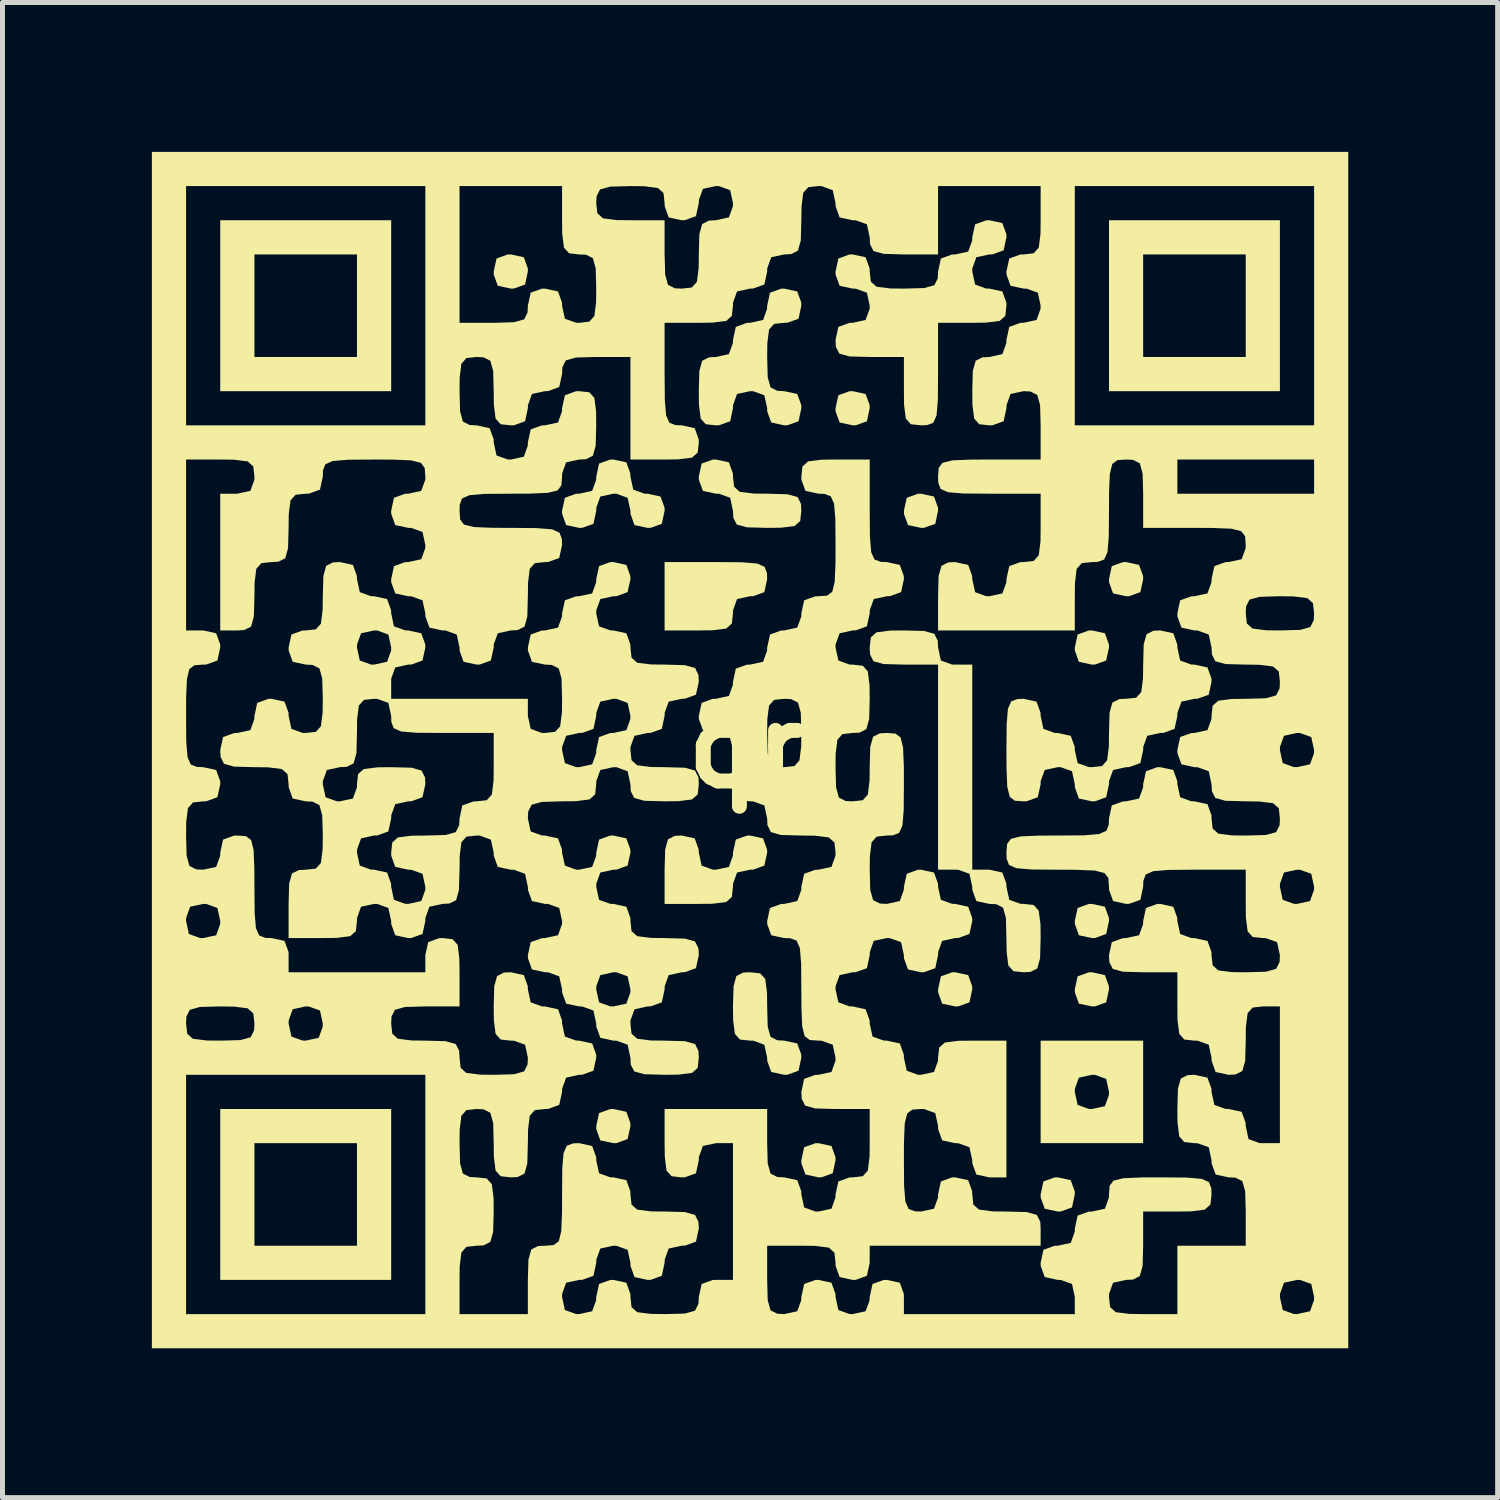
<source format=kicad_pcb>
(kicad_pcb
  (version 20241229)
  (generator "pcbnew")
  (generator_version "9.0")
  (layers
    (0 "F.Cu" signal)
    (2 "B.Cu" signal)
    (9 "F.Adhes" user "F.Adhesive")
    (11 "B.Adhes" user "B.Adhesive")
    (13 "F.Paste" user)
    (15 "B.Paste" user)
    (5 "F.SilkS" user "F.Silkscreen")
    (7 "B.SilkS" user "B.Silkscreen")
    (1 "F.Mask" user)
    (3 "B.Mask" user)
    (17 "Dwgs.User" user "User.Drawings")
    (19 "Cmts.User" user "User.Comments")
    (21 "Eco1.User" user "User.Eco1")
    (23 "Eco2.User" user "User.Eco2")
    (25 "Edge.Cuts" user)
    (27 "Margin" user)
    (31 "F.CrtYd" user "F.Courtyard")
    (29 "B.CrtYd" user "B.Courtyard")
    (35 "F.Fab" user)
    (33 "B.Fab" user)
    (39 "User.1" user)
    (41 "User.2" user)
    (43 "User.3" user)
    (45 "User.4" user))
  (footprint "qr"
    (layer "F.Cu")
    (at 11.945 11.945)
    (property "Reference" "qr" (at 0 0 0) (layer "F.SilkS") (effects (font (size 1.524 1.524) (thickness 0.3))))
    (attr board_only exclude_from_pos_files exclude_from_bom)
    (fp_poly (pts (xy -7.139 -7.139) (xy -10.572 -7.139) (xy -10.572 -7.826) (xy -9.885 -7.826) (xy -7.826 -7.826) (xy -7.826 -9.885) (xy -9.885 -9.885) (xy -9.885 -7.826) (xy -10.572 -7.826) (xy -10.572 -10.572) (xy -7.139 -10.572)) (stroke (width 0) (type solid)) (fill yes) (layer "F.SilkS"))
    (fp_poly (pts (xy -7.139 10.709) (xy -10.572 10.709) (xy -10.572 10.023) (xy -9.885 10.023) (xy -7.826 10.023) (xy -7.826 7.963) (xy -9.885 7.963) (xy -9.885 10.023) (xy -10.572 10.023) (xy -10.572 7.277) (xy -7.139 7.277)) (stroke (width 0) (type solid)) (fill yes) (layer "F.SilkS"))
    (fp_poly (pts (xy 10.709 -7.139) (xy 7.277 -7.139) (xy 7.277 -7.826) (xy 7.963 -7.826) (xy 10.023 -7.826) (xy 10.023 -9.885) (xy 7.963 -9.885) (xy 7.963 -7.826) (xy 7.277 -7.826) (xy 7.277 -10.572) (xy 10.709 -10.572)) (stroke (width 0) (type solid)) (fill yes) (layer "F.SilkS"))
    (fp_poly (pts (xy -4.475 -9.829) (xy -4.395 -9.605) (xy -4.394 -9.542) (xy -4.45 -9.281) (xy -4.674 -9.2) (xy -4.737 -9.199) (xy -4.998 -9.256) (xy -5.079 -9.479) (xy -5.08 -9.542) (xy -5.023 -9.803) (xy -4.8 -9.884) (xy -4.737 -9.885)) (stroke (width 0) (type solid)) (fill yes) (layer "F.SilkS"))
    (fp_poly (pts (xy -2.416 7.333) (xy -2.336 7.557) (xy -2.334 7.62) (xy -2.391 7.881) (xy -2.614 7.962) (xy -2.677 7.963) (xy -2.939 7.907) (xy -3.019 7.683) (xy -3.021 7.62) (xy -2.964 7.359) (xy -2.741 7.278) (xy -2.677 7.277)) (stroke (width 0) (type solid)) (fill yes) (layer "F.SilkS"))
    (fp_poly (pts (xy 1.703 8.02) (xy 1.783 8.243) (xy 1.785 8.306) (xy 1.728 8.568) (xy 1.505 8.648) (xy 1.442 8.65) (xy 1.18 8.593) (xy 1.1 8.37) (xy 1.098 8.306) (xy 1.155 8.045) (xy 1.378 7.965) (xy 1.442 7.963)) (stroke (width 0) (type solid)) (fill yes) (layer "F.SilkS"))
    (fp_poly (pts (xy 2.389 -7.083) (xy 2.47 -6.859) (xy 2.471 -6.796) (xy 2.415 -6.535) (xy 2.191 -6.454) (xy 2.128 -6.453) (xy 1.867 -6.51) (xy 1.786 -6.733) (xy 1.785 -6.796) (xy 1.842 -7.057) (xy 2.065 -7.138) (xy 2.128 -7.139)) (stroke (width 0) (type solid)) (fill yes) (layer "F.SilkS"))
    (fp_poly (pts (xy 3.762 -5.023) (xy 3.843 -4.8) (xy 3.844 -4.737) (xy 3.788 -4.475) (xy 3.564 -4.395) (xy 3.501 -4.394) (xy 3.24 -4.45) (xy 3.159 -4.674) (xy 3.158 -4.737) (xy 3.215 -4.998) (xy 3.438 -5.079) (xy 3.501 -5.08)) (stroke (width 0) (type solid)) (fill yes) (layer "F.SilkS"))
    (fp_poly (pts (xy 4.449 4.588) (xy 4.529 4.811) (xy 4.531 4.874) (xy 4.474 5.135) (xy 4.251 5.216) (xy 4.188 5.217) (xy 3.926 5.161) (xy 3.846 4.937) (xy 3.844 4.874) (xy 3.901 4.613) (xy 4.124 4.532) (xy 4.188 4.531)) (stroke (width 0) (type solid)) (fill yes) (layer "F.SilkS"))
    (fp_poly (pts (xy 6.508 8.706) (xy 6.589 8.93) (xy 6.59 8.993) (xy 6.534 9.254) (xy 6.31 9.335) (xy 6.247 9.336) (xy 5.986 9.28) (xy 5.905 9.056) (xy 5.904 8.993) (xy 5.96 8.732) (xy 6.184 8.651) (xy 6.247 8.65)) (stroke (width 0) (type solid)) (fill yes) (layer "F.SilkS"))
    (fp_poly (pts (xy 7.195 -2.277) (xy 7.275 -2.054) (xy 7.277 -1.991) (xy 7.22 -1.73) (xy 6.997 -1.649) (xy 6.934 -1.648) (xy 6.672 -1.704) (xy 6.592 -1.928) (xy 6.59 -1.991) (xy 6.647 -2.252) (xy 6.87 -2.333) (xy 6.934 -2.334)) (stroke (width 0) (type solid)) (fill yes) (layer "F.SilkS"))
    (fp_poly (pts (xy 7.195 3.215) (xy 7.275 3.438) (xy 7.277 3.501) (xy 7.22 3.762) (xy 6.997 3.843) (xy 6.934 3.844) (xy 6.672 3.788) (xy 6.592 3.564) (xy 6.59 3.501) (xy 6.647 3.24) (xy 6.87 3.159) (xy 6.934 3.158)) (stroke (width 0) (type solid)) (fill yes) (layer "F.SilkS"))
    (fp_poly (pts (xy 7.195 4.588) (xy 7.275 4.811) (xy 7.277 4.874) (xy 7.22 5.135) (xy 6.997 5.216) (xy 6.934 5.217) (xy 6.672 5.161) (xy 6.592 4.937) (xy 6.59 4.874) (xy 6.647 4.613) (xy 6.87 4.532) (xy 6.934 4.531)) (stroke (width 0) (type solid)) (fill yes) (layer "F.SilkS"))
    (fp_poly (pts (xy 7.881 -3.65) (xy 7.962 -3.427) (xy 7.963 -3.364) (xy 7.907 -3.103) (xy 7.683 -3.022) (xy 7.62 -3.021) (xy 7.359 -3.077) (xy 7.278 -3.301) (xy 7.277 -3.364) (xy 7.333 -3.625) (xy 7.557 -3.706) (xy 7.62 -3.707)) (stroke (width 0) (type solid)) (fill yes) (layer "F.SilkS"))
    (fp_poly (pts (xy -0.094 -3.703) (xy 0.213 -3.677) (xy 0.361 -3.611) (xy 0.408 -3.484) (xy 0.412 -3.364) (xy 0.355 -3.103) (xy 0.132 -3.022) (xy 0.069 -3.021) (xy -0.193 -2.964) (xy -0.273 -2.741) (xy -0.275 -2.677) (xy -0.297 -2.474) (xy -0.41 -2.372) (xy -0.686 -2.337) (xy -0.961 -2.334) (xy -1.648 -2.334) (xy -1.648 -3.707) (xy -0.618 -3.707)) (stroke (width 0) (type solid)) (fill yes) (layer "F.SilkS"))
    (fp_poly (pts (xy 7.963 7.963) (xy 5.904 7.963) (xy 5.904 6.934) (xy 6.59 6.934) (xy 6.647 7.195) (xy 6.87 7.275) (xy 6.934 7.277) (xy 7.195 7.22) (xy 7.275 6.997) (xy 7.277 6.934) (xy 7.22 6.672) (xy 6.997 6.592) (xy 6.934 6.59) (xy 6.672 6.647) (xy 6.592 6.87) (xy 6.59 6.934) (xy 5.904 6.934) (xy 5.904 5.904) (xy 7.963 5.904)) (stroke (width 0) (type solid)) (fill yes) (layer "F.SilkS"))
    (fp_poly (pts (xy -0.357 -5.71) (xy -0.276 -5.486) (xy -0.275 -5.423) (xy -0.252 -5.22) (xy -0.139 -5.118) (xy 0.136 -5.083) (xy 0.412 -5.08) (xy 0.819 -5.069) (xy 1.023 -5.012) (xy 1.092 -4.875) (xy 1.098 -4.737) (xy 1.076 -4.533) (xy 0.963 -4.431) (xy 0.687 -4.397) (xy 0.412 -4.394) (xy 0.004 -4.405) (xy -0.199 -4.461) (xy -0.268 -4.599) (xy -0.275 -4.737) (xy -0.331 -4.998) (xy -0.555 -5.079) (xy -0.618 -5.08) (xy -0.879 -5.137) (xy -0.96 -5.36) (xy -0.961 -5.423) (xy -0.904 -5.685) (xy -0.681 -5.765) (xy -0.618 -5.766)) (stroke (width 0) (type solid)) (fill yes) (layer "F.SilkS"))
    (fp_poly (pts (xy 0.272 4.553) (xy 0.374 4.667) (xy 0.409 4.942) (xy 0.412 5.217) (xy 0.423 5.625) (xy 0.48 5.828) (xy 0.617 5.897) (xy 0.755 5.904) (xy 1.016 5.96) (xy 1.097 6.184) (xy 1.098 6.247) (xy 1.042 6.508) (xy 0.818 6.589) (xy 0.755 6.59) (xy 0.494 6.534) (xy 0.413 6.31) (xy 0.412 6.247) (xy 0.355 5.986) (xy 0.132 5.905) (xy 0.069 5.904) (xy -0.135 5.882) (xy -0.237 5.768) (xy -0.271 5.493) (xy -0.275 5.217) (xy -0.263 4.81) (xy -0.207 4.607) (xy -0.069 4.537) (xy 0.069 4.531)) (stroke (width 0) (type solid)) (fill yes) (layer "F.SilkS"))
    (fp_poly (pts (xy 0.33 1.842) (xy 0.41 2.065) (xy 0.412 2.128) (xy 0.355 2.389) (xy 0.132 2.47) (xy 0.069 2.471) (xy -0.193 2.528) (xy -0.273 2.751) (xy -0.275 2.815) (xy -0.297 3.018) (xy -0.41 3.12) (xy -0.686 3.155) (xy -0.961 3.158) (xy -1.648 3.158) (xy -1.648 2.471) (xy -1.636 2.064) (xy -1.58 1.861) (xy -1.442 1.791) (xy -1.304 1.785) (xy -1.043 1.842) (xy -0.963 2.065) (xy -0.961 2.128) (xy -0.904 2.389) (xy -0.681 2.47) (xy -0.618 2.471) (xy -0.357 2.415) (xy -0.276 2.191) (xy -0.275 2.128) (xy -0.218 1.867) (xy 0.005 1.786) (xy 0.069 1.785)) (stroke (width 0) (type solid)) (fill yes) (layer "F.SilkS"))
    (fp_poly (pts (xy -2.416 -5.71) (xy -2.336 -5.486) (xy -2.334 -5.423) (xy -2.277 -5.162) (xy -2.054 -5.081) (xy -1.991 -5.08) (xy -1.73 -5.023) (xy -1.649 -4.8) (xy -1.648 -4.737) (xy -1.704 -4.475) (xy -1.928 -4.395) (xy -1.991 -4.394) (xy -2.252 -4.45) (xy -2.333 -4.674) (xy -2.334 -4.737) (xy -2.391 -4.998) (xy -2.614 -5.079) (xy -2.677 -5.08) (xy -2.939 -5.023) (xy -3.019 -4.8) (xy -3.021 -4.737) (xy -3.077 -4.475) (xy -3.301 -4.395) (xy -3.364 -4.394) (xy -3.625 -4.45) (xy -3.706 -4.674) (xy -3.707 -4.737) (xy -3.65 -4.998) (xy -3.427 -5.079) (xy -3.364 -5.08) (xy -3.103 -5.137) (xy -3.022 -5.36) (xy -3.021 -5.423) (xy -2.964 -5.685) (xy -2.741 -5.765) (xy -2.677 -5.766)) (stroke (width 0) (type solid)) (fill yes) (layer "F.SilkS"))
    (fp_poly (pts (xy 3.565 -2.323) (xy 3.769 -2.266) (xy 3.838 -2.129) (xy 3.844 -1.991) (xy 3.901 -1.73) (xy 4.124 -1.649) (xy 4.188 -1.648) (xy 4.531 -1.648) (xy 4.531 2.471) (xy 4.874 2.471) (xy 5.135 2.528) (xy 5.216 2.751) (xy 5.217 2.815) (xy 5.274 3.076) (xy 5.497 3.156) (xy 5.561 3.158) (xy 5.764 3.18) (xy 5.866 3.294) (xy 5.901 3.569) (xy 5.904 3.844) (xy 5.893 4.252) (xy 5.836 4.455) (xy 5.698 4.524) (xy 5.561 4.531) (xy 5.357 4.509) (xy 5.255 4.395) (xy 5.221 4.12) (xy 5.217 3.844) (xy 5.206 3.437) (xy 5.149 3.234) (xy 5.012 3.164) (xy 4.874 3.158) (xy 4.613 3.101) (xy 4.532 2.878) (xy 4.531 2.815) (xy 4.474 2.553) (xy 4.251 2.473) (xy 4.188 2.471) (xy 3.844 2.471) (xy 3.844 -1.648) (xy 3.158 -1.648) (xy 2.75 -1.659) (xy 2.547 -1.715) (xy 2.478 -1.853) (xy 2.471 -1.991) (xy 2.494 -2.195) (xy 2.607 -2.296) (xy 2.882 -2.331) (xy 3.158 -2.334)) (stroke (width 0) (type solid)) (fill yes) (layer "F.SilkS"))
    (fp_poly (pts (xy 1.016 -9.142) (xy 1.097 -8.919) (xy 1.098 -8.856) (xy 1.042 -8.594) (xy 0.818 -8.514) (xy 0.755 -8.512) (xy 0.551 -8.49) (xy 0.45 -8.377) (xy 0.415 -8.101) (xy 0.412 -7.826) (xy 0.423 -7.419) (xy 0.48 -7.215) (xy 0.617 -7.146) (xy 0.755 -7.139) (xy 1.016 -7.083) (xy 1.097 -6.859) (xy 1.098 -6.796) (xy 1.042 -6.535) (xy 0.818 -6.454) (xy 0.755 -6.453) (xy 0.494 -6.51) (xy 0.413 -6.733) (xy 0.412 -6.796) (xy 0.355 -7.057) (xy 0.132 -7.138) (xy 0.069 -7.139) (xy -0.193 -7.083) (xy -0.273 -6.859) (xy -0.275 -6.796) (xy -0.331 -6.535) (xy -0.555 -6.454) (xy -0.618 -6.453) (xy -0.822 -6.475) (xy -0.923 -6.589) (xy -0.958 -6.864) (xy -0.961 -7.139) (xy -0.95 -7.547) (xy -0.893 -7.75) (xy -0.756 -7.819) (xy -0.618 -7.826) (xy -0.357 -7.883) (xy -0.276 -8.106) (xy -0.275 -8.169) (xy -0.218 -8.43) (xy 0.005 -8.511) (xy 0.069 -8.512) (xy 0.33 -8.569) (xy 0.41 -8.792) (xy 0.412 -8.856) (xy 0.469 -9.117) (xy 0.692 -9.197) (xy 0.755 -9.199)) (stroke (width 0) (type solid)) (fill yes) (layer "F.SilkS"))
    (fp_poly (pts (xy 5.135 -10.515) (xy 5.216 -10.292) (xy 5.217 -10.229) (xy 5.161 -9.967) (xy 4.937 -9.887) (xy 4.874 -9.885) (xy 4.613 -9.829) (xy 4.532 -9.605) (xy 4.531 -9.542) (xy 4.588 -9.281) (xy 4.811 -9.2) (xy 4.874 -9.199) (xy 5.135 -9.142) (xy 5.216 -8.919) (xy 5.217 -8.856) (xy 5.195 -8.652) (xy 5.081 -8.55) (xy 4.806 -8.516) (xy 4.531 -8.512) (xy 3.844 -8.512) (xy 3.844 -7.483) (xy 3.84 -6.959) (xy 3.814 -6.652) (xy 3.748 -6.504) (xy 3.622 -6.457) (xy 3.501 -6.453) (xy 3.297 -6.475) (xy 3.196 -6.589) (xy 3.161 -6.864) (xy 3.158 -7.139) (xy 3.158 -7.826) (xy 2.471 -7.826) (xy 2.064 -7.837) (xy 1.861 -7.894) (xy 1.791 -8.031) (xy 1.785 -8.169) (xy 1.842 -8.43) (xy 2.065 -8.511) (xy 2.128 -8.512) (xy 2.389 -8.569) (xy 2.47 -8.792) (xy 2.471 -8.856) (xy 2.415 -9.117) (xy 2.191 -9.197) (xy 2.128 -9.199) (xy 1.867 -9.256) (xy 1.786 -9.479) (xy 1.785 -9.542) (xy 1.842 -9.803) (xy 2.065 -9.884) (xy 2.128 -9.885) (xy 2.389 -9.829) (xy 2.47 -9.605) (xy 2.471 -9.542) (xy 2.494 -9.338) (xy 2.607 -9.237) (xy 2.882 -9.202) (xy 3.158 -9.199) (xy 3.565 -9.21) (xy 3.769 -9.267) (xy 3.838 -9.404) (xy 3.844 -9.542) (xy 3.901 -9.803) (xy 4.124 -9.884) (xy 4.188 -9.885) (xy 4.449 -9.942) (xy 4.529 -10.165) (xy 4.531 -10.229) (xy 4.588 -10.49) (xy 4.811 -10.57) (xy 4.874 -10.572)) (stroke (width 0) (type solid)) (fill yes) (layer "F.SilkS"))
    (fp_poly (pts (xy 8.568 -2.277) (xy 8.648 -2.054) (xy 8.65 -1.991) (xy 8.706 -1.73) (xy 8.93 -1.649) (xy 8.993 -1.648) (xy 9.254 -1.591) (xy 9.335 -1.368) (xy 9.336 -1.304) (xy 9.28 -1.043) (xy 9.056 -0.963) (xy 8.993 -0.961) (xy 8.732 -0.904) (xy 8.651 -0.681) (xy 8.65 -0.618) (xy 8.593 -0.357) (xy 8.37 -0.276) (xy 8.306 -0.275) (xy 8.045 -0.218) (xy 7.965 0.005) (xy 7.963 0.069) (xy 7.907 0.33) (xy 7.683 0.41) (xy 7.62 0.412) (xy 7.359 0.469) (xy 7.278 0.692) (xy 7.277 0.755) (xy 7.22 1.016) (xy 6.997 1.097) (xy 6.934 1.098) (xy 6.672 1.042) (xy 6.592 0.818) (xy 6.59 0.755) (xy 6.534 0.494) (xy 6.31 0.413) (xy 6.247 0.412) (xy 5.986 0.469) (xy 5.905 0.692) (xy 5.904 0.755) (xy 5.847 1.016) (xy 5.624 1.097) (xy 5.561 1.098) (xy 5.386 1.086) (xy 5.284 1.008) (xy 5.234 0.809) (xy 5.219 0.43) (xy 5.217 0.069) (xy 5.222 -0.455) (xy 5.247 -0.762) (xy 5.314 -0.91) (xy 5.44 -0.957) (xy 5.561 -0.961) (xy 5.822 -0.904) (xy 5.902 -0.681) (xy 5.904 -0.618) (xy 5.96 -0.357) (xy 6.184 -0.276) (xy 6.247 -0.275) (xy 6.508 -0.218) (xy 6.589 0.005) (xy 6.59 0.069) (xy 6.647 0.33) (xy 6.87 0.41) (xy 6.934 0.412) (xy 7.137 0.39) (xy 7.239 0.276) (xy 7.274 0.001) (xy 7.277 -0.275) (xy 7.288 -0.682) (xy 7.345 -0.885) (xy 7.482 -0.955) (xy 7.62 -0.961) (xy 7.824 -0.983) (xy 7.925 -1.097) (xy 7.96 -1.372) (xy 7.963 -1.648) (xy 7.974 -2.055) (xy 8.031 -2.258) (xy 8.169 -2.328) (xy 8.306 -2.334)) (stroke (width 0) (type solid)) (fill yes) (layer "F.SilkS"))
    (fp_poly (pts (xy -2.416 -3.65) (xy -2.336 -3.427) (xy -2.334 -3.364) (xy -2.391 -3.103) (xy -2.614 -3.022) (xy -2.677 -3.021) (xy -2.939 -2.964) (xy -3.019 -2.741) (xy -3.021 -2.677) (xy -2.964 -2.416) (xy -2.741 -2.336) (xy -2.677 -2.334) (xy -2.416 -2.277) (xy -2.336 -2.054) (xy -2.334 -1.991) (xy -2.312 -1.787) (xy -2.198 -1.685) (xy -1.923 -1.651) (xy -1.648 -1.648) (xy -1.24 -1.636) (xy -1.037 -1.58) (xy -0.968 -1.442) (xy -0.961 -1.304) (xy -1.018 -1.043) (xy -1.241 -0.963) (xy -1.304 -0.961) (xy -1.566 -0.904) (xy -1.646 -0.681) (xy -1.648 -0.618) (xy -1.704 -0.357) (xy -1.928 -0.276) (xy -1.991 -0.275) (xy -2.252 -0.218) (xy -2.333 0.005) (xy -2.334 0.069) (xy -2.312 0.272) (xy -2.198 0.374) (xy -1.923 0.409) (xy -1.648 0.412) (xy -1.24 0.423) (xy -1.037 0.48) (xy -0.968 0.617) (xy -0.961 0.755) (xy -0.983 0.959) (xy -1.097 1.06) (xy -1.372 1.095) (xy -1.648 1.098) (xy -2.055 1.087) (xy -2.258 1.03) (xy -2.328 0.893) (xy -2.334 0.755) (xy -2.391 0.494) (xy -2.614 0.413) (xy -2.677 0.412) (xy -2.939 0.469) (xy -3.019 0.692) (xy -3.021 0.755) (xy -3.043 0.959) (xy -3.156 1.06) (xy -3.432 1.095) (xy -3.707 1.098) (xy -4.114 1.11) (xy -4.318 1.166) (xy -4.387 1.304) (xy -4.394 1.442) (xy -4.337 1.703) (xy -4.114 1.783) (xy -4.05 1.785) (xy -3.789 1.842) (xy -3.708 2.065) (xy -3.707 2.128) (xy -3.65 2.389) (xy -3.427 2.47) (xy -3.364 2.471) (xy -3.103 2.415) (xy -3.022 2.191) (xy -3.021 2.128) (xy -2.964 1.867) (xy -2.741 1.786) (xy -2.677 1.785) (xy -2.416 1.842) (xy -2.336 2.065) (xy -2.334 2.128) (xy -2.391 2.389) (xy -2.614 2.47) (xy -2.677 2.471) (xy -2.939 2.528) (xy -3.019 2.751) (xy -3.021 2.815) (xy -2.964 3.076) (xy -2.741 3.156) (xy -2.677 3.158) (xy -2.416 3.215) (xy -2.336 3.438) (xy -2.334 3.501) (xy -2.312 3.705) (xy -2.198 3.806) (xy -1.923 3.841) (xy -1.648 3.844) (xy -1.24 3.855) (xy -1.037 3.912) (xy -0.968 4.05) (xy -0.961 4.188) (xy -1.018 4.449) (xy -1.241 4.529) (xy -1.304 4.531) (xy -1.566 4.588) (xy -1.646 4.811) (xy -1.648 4.874) (xy -1.704 5.135) (xy -1.928 5.216) (xy -1.991 5.217) (xy -2.252 5.274) (xy -2.333 5.497) (xy -2.334 5.561) (xy -2.312 5.764) (xy -2.198 5.866) (xy -1.923 5.901) (xy -1.648 5.904) (xy -1.24 5.915) (xy -1.037 5.972) (xy -0.968 6.109) (xy -0.961 6.247) (xy -0.983 6.451) (xy -1.097 6.552) (xy -1.372 6.587) (xy -1.648 6.59) (xy -2.055 6.579) (xy -2.258 6.522) (xy -2.328 6.385) (xy -2.334 6.247) (xy -2.391 5.986) (xy -2.614 5.905) (xy -2.677 5.904) (xy -2.939 5.847) (xy -3.019 5.624) (xy -3.021 5.561) (xy -3.077 5.299) (xy -3.301 5.219) (xy -3.364 5.217) (xy -3.625 5.161) (xy -3.706 4.937) (xy -3.707 4.874) (xy -3.021 4.874) (xy -2.964 5.135) (xy -2.741 5.216) (xy -2.677 5.217) (xy -2.416 5.161) (xy -2.336 4.937) (xy -2.334 4.874) (xy -2.391 4.613) (xy -2.614 4.532) (xy -2.677 4.531) (xy -2.939 4.588) (xy -3.019 4.811) (xy -3.021 4.874) (xy -3.707 4.874) (xy -3.764 4.613) (xy -3.987 4.532) (xy -4.05 4.531) (xy -4.312 4.474) (xy -4.392 4.251) (xy -4.394 4.188) (xy -4.337 3.926) (xy -4.114 3.846) (xy -4.05 3.844) (xy -3.789 3.788) (xy -3.708 3.564) (xy -3.707 3.501) (xy -3.764 3.24) (xy -3.987 3.159) (xy -4.05 3.158) (xy -4.312 3.101) (xy -4.392 2.878) (xy -4.394 2.815) (xy -4.45 2.553) (xy -4.674 2.473) (xy -4.737 2.471) (xy -4.998 2.415) (xy -5.079 2.191) (xy -5.08 2.128) (xy -5.137 1.867) (xy -5.36 1.786) (xy -5.423 1.785) (xy -5.627 1.807) (xy -5.729 1.921) (xy -5.763 2.196) (xy -5.766 2.471) (xy -5.778 2.879) (xy -5.834 3.082) (xy -5.972 3.151) (xy -6.11 3.158) (xy -6.371 3.215) (xy -6.452 3.438) (xy -6.453 3.501) (xy -6.51 3.762) (xy -6.733 3.843) (xy -6.796 3.844) (xy -7.057 3.788) (xy -7.138 3.564) (xy -7.139 3.501) (xy -7.196 3.24) (xy -7.419 3.159) (xy -7.483 3.158) (xy -7.744 3.215) (xy -7.824 3.438) (xy -7.826 3.501) (xy -7.848 3.705) (xy -7.962 3.806) (xy -8.237 3.841) (xy -8.512 3.844) (xy -9.199 3.844) (xy -9.199 3.158) (xy -9.188 2.75) (xy -9.131 2.547) (xy -8.993 2.478) (xy -8.856 2.471) (xy -8.652 2.449) (xy -8.55 2.336) (xy -8.516 2.06) (xy -8.512 1.785) (xy -8.524 1.377) (xy -8.58 1.174) (xy -8.718 1.105) (xy -8.856 1.098) (xy -9.117 1.042) (xy -9.197 0.818) (xy -9.199 0.755) (xy -8.512 0.755) (xy -8.456 1.016) (xy -8.232 1.097) (xy -8.169 1.098) (xy -7.908 1.042) (xy -7.827 0.818) (xy -7.826 0.755) (xy -7.804 0.551) (xy -7.69 0.45) (xy -7.415 0.415) (xy -7.139 0.412) (xy -6.732 0.423) (xy -6.529 0.48) (xy -6.459 0.617) (xy -6.453 0.755) (xy -6.51 1.016) (xy -6.733 1.097) (xy -6.796 1.098) (xy -7.057 1.155) (xy -7.138 1.378) (xy -7.139 1.442) (xy -7.196 1.703) (xy -7.419 1.783) (xy -7.483 1.785) (xy -7.744 1.842) (xy -7.824 2.065) (xy -7.826 2.128) (xy -7.769 2.389) (xy -7.546 2.47) (xy -7.483 2.471) (xy -7.221 2.528) (xy -7.141 2.751) (xy -7.139 2.815) (xy -7.083 3.076) (xy -6.859 3.156) (xy -6.796 3.158) (xy -6.535 3.101) (xy -6.454 2.878) (xy -6.453 2.815) (xy -6.51 2.553) (xy -6.733 2.473) (xy -6.796 2.471) (xy -7.057 2.415) (xy -7.138 2.191) (xy -7.139 2.128) (xy -7.117 1.924) (xy -7.004 1.823) (xy -6.728 1.788) (xy -6.453 1.785) (xy -6.046 1.774) (xy -5.842 1.717) (xy -5.773 1.579) (xy -5.766 1.442) (xy -5.71 1.18) (xy -5.486 1.1) (xy -5.423 1.098) (xy -5.22 1.076) (xy -5.118 0.963) (xy -5.083 0.687) (xy -5.08 0.412) (xy -5.08 0.069) (xy -3.707 0.069) (xy -3.65 0.33) (xy -3.427 0.41) (xy -3.364 0.412) (xy -3.103 0.355) (xy -3.022 0.132) (xy -3.021 0.069) (xy -2.964 -0.193) (xy -2.741 -0.273) (xy -2.677 -0.275) (xy -2.416 -0.331) (xy -2.336 -0.555) (xy -2.334 -0.618) (xy -2.391 -0.879) (xy -2.614 -0.96) (xy -2.677 -0.961) (xy -2.939 -0.904) (xy -3.019 -0.681) (xy -3.021 -0.618) (xy -3.077 -0.357) (xy -3.301 -0.276) (xy -3.364 -0.275) (xy -3.625 -0.218) (xy -3.706 0.005) (xy -3.707 0.069) (xy -5.08 0.069) (xy -5.08 -0.275) (xy -6.11 -0.275) (xy -6.633 -0.279) (xy -6.941 -0.305) (xy -7.089 -0.371) (xy -7.136 -0.497) (xy -7.139 -0.618) (xy -7.196 -0.879) (xy -7.419 -0.96) (xy -7.483 -0.961) (xy -7.686 -0.939) (xy -7.788 -0.825) (xy -7.823 -0.55) (xy -7.826 -0.275) (xy -7.837 0.133) (xy -7.894 0.336) (xy -8.031 0.405) (xy -8.169 0.412) (xy -8.43 0.469) (xy -8.511 0.692) (xy -8.512 0.755) (xy -9.199 0.755) (xy -9.221 0.551) (xy -9.335 0.45) (xy -9.61 0.415) (xy -9.885 0.412) (xy -10.293 0.401) (xy -10.496 0.344) (xy -10.565 0.206) (xy -10.572 0.069) (xy -10.515 -0.193) (xy -10.292 -0.273) (xy -10.229 -0.275) (xy -9.967 -0.331) (xy -9.887 -0.555) (xy -9.885 -0.618) (xy -9.829 -0.879) (xy -9.605 -0.96) (xy -9.542 -0.961) (xy -9.281 -0.904) (xy -9.2 -0.681) (xy -9.199 -0.618) (xy -9.142 -0.357) (xy -8.919 -0.276) (xy -8.856 -0.275) (xy -8.652 -0.297) (xy -8.55 -0.41) (xy -8.516 -0.686) (xy -8.512 -0.961) (xy -8.524 -1.369) (xy -8.58 -1.572) (xy -8.718 -1.641) (xy -8.856 -1.648) (xy -9.117 -1.704) (xy -9.197 -1.928) (xy -9.199 -1.991) (xy -7.826 -1.991) (xy -7.769 -1.73) (xy -7.546 -1.649) (xy -7.483 -1.648) (xy -7.221 -1.704) (xy -7.141 -1.928) (xy -7.139 -1.991) (xy -7.196 -2.252) (xy -7.419 -2.333) (xy -7.483 -2.334) (xy -7.744 -2.277) (xy -7.824 -2.054) (xy -7.826 -1.991) (xy -9.199 -1.991) (xy -9.142 -2.252) (xy -8.919 -2.333) (xy -8.856 -2.334) (xy -8.652 -2.356) (xy -8.55 -2.47) (xy -8.516 -2.745) (xy -8.512 -3.021) (xy -8.501 -3.428) (xy -8.445 -3.631) (xy -8.307 -3.701) (xy -8.169 -3.707) (xy -7.908 -3.65) (xy -7.827 -3.427) (xy -7.826 -3.364) (xy -7.769 -3.103) (xy -7.546 -3.022) (xy -7.483 -3.021) (xy -7.221 -2.964) (xy -7.141 -2.741) (xy -7.139 -2.677) (xy -7.083 -2.416) (xy -6.859 -2.336) (xy -6.796 -2.334) (xy -6.535 -2.277) (xy -6.454 -2.054) (xy -6.453 -1.991) (xy -6.51 -1.73) (xy -6.733 -1.649) (xy -6.796 -1.648) (xy -7.057 -1.591) (xy -7.138 -1.368) (xy -7.139 -1.304) (xy -7.139 -0.961) (xy -4.394 -0.961) (xy -4.394 -0.618) (xy -4.337 -0.357) (xy -4.114 -0.276) (xy -4.05 -0.275) (xy -3.847 -0.297) (xy -3.745 -0.41) (xy -3.71 -0.686) (xy -3.707 -0.961) (xy -3.718 -1.369) (xy -3.775 -1.572) (xy -3.913 -1.641) (xy -4.05 -1.648) (xy -4.312 -1.704) (xy -4.392 -1.928) (xy -4.394 -1.991) (xy -4.337 -2.252) (xy -4.114 -2.333) (xy -4.05 -2.334) (xy -3.789 -2.391) (xy -3.708 -2.614) (xy -3.707 -2.677) (xy -3.65 -2.939) (xy -3.427 -3.019) (xy -3.364 -3.021) (xy -3.103 -3.077) (xy -3.022 -3.301) (xy -3.021 -3.364) (xy -2.964 -3.625) (xy -2.741 -3.706) (xy -2.677 -3.707)) (stroke (width 0) (type solid)) (fill yes) (layer "F.SilkS"))
    (fp_poly (pts (xy 12.082 12.082) (xy -11.945 12.082) (xy -11.945 11.396) (xy -11.258 11.396) (xy -6.453 11.396) (xy -6.453 6.59) (xy -11.258 6.59) (xy -11.258 11.396) (xy -11.945 11.396) (xy -11.945 5.561) (xy -11.258 5.561) (xy -11.236 5.764) (xy -11.123 5.866) (xy -10.847 5.901) (xy -10.572 5.904) (xy -10.164 5.893) (xy -9.961 5.836) (xy -9.892 5.698) (xy -9.885 5.561) (xy -9.199 5.561) (xy -9.142 5.822) (xy -8.919 5.902) (xy -8.856 5.904) (xy -8.594 5.847) (xy -8.514 5.624) (xy -8.512 5.561) (xy -8.569 5.299) (xy -8.792 5.219) (xy -8.856 5.217) (xy -9.117 5.274) (xy -9.197 5.497) (xy -9.199 5.561) (xy -9.885 5.561) (xy -9.908 5.357) (xy -10.021 5.255) (xy -10.296 5.221) (xy -10.572 5.217) (xy -10.979 5.228) (xy -11.183 5.285) (xy -11.252 5.423) (xy -11.258 5.561) (xy -11.945 5.561) (xy -11.945 3.501) (xy -11.258 3.501) (xy -11.202 3.762) (xy -10.978 3.843) (xy -10.915 3.844) (xy -10.654 3.788) (xy -10.573 3.564) (xy -10.572 3.501) (xy -10.629 3.24) (xy -10.852 3.159) (xy -10.915 3.158) (xy -11.176 3.215) (xy -11.257 3.438) (xy -11.258 3.501) (xy -11.945 3.501) (xy -11.945 1.785) (xy -11.258 1.785) (xy -11.247 2.192) (xy -11.19 2.396) (xy -11.053 2.465) (xy -10.915 2.471) (xy -10.654 2.415) (xy -10.573 2.191) (xy -10.572 2.128) (xy -10.515 1.867) (xy -10.292 1.786) (xy -10.229 1.785) (xy -10.054 1.798) (xy -9.952 1.875) (xy -9.902 2.074) (xy -9.887 2.453) (xy -9.885 2.815) (xy -9.881 3.338) (xy -9.855 3.645) (xy -9.789 3.793) (xy -9.663 3.841) (xy -9.542 3.844) (xy -9.281 3.901) (xy -9.2 4.124) (xy -9.199 4.188) (xy -9.199 4.531) (xy -6.453 4.531) (xy -6.453 4.188) (xy -6.396 3.926) (xy -6.173 3.846) (xy -6.11 3.844) (xy -5.906 3.867) (xy -5.804 3.98) (xy -5.77 4.255) (xy -5.766 4.531) (xy -5.766 5.217) (xy -6.453 5.217) (xy -6.86 5.228) (xy -7.064 5.285) (xy -7.133 5.423) (xy -7.139 5.561) (xy -7.117 5.764) (xy -7.004 5.866) (xy -6.728 5.901) (xy -6.453 5.904) (xy -6.046 5.915) (xy -5.842 5.972) (xy -5.773 6.109) (xy -5.766 6.247) (xy -5.744 6.451) (xy -5.631 6.552) (xy -5.356 6.587) (xy -5.08 6.59) (xy -4.673 6.579) (xy -4.469 6.522) (xy -4.4 6.385) (xy -4.394 6.247) (xy -4.45 5.986) (xy -4.674 5.905) (xy -4.737 5.904) (xy -4.94 5.882) (xy -5.042 5.768) (xy -5.077 5.493) (xy -5.08 5.217) (xy -5.069 4.81) (xy -5.012 4.607) (xy -4.875 4.537) (xy -4.737 4.531) (xy -4.475 4.588) (xy -4.395 4.811) (xy -4.394 4.874) (xy -4.337 5.135) (xy -4.114 5.216) (xy -4.05 5.217) (xy -3.789 5.274) (xy -3.708 5.497) (xy -3.707 5.561) (xy -3.65 5.822) (xy -3.427 5.902) (xy -3.364 5.904) (xy -3.103 5.96) (xy -3.022 6.184) (xy -3.021 6.247) (xy -3.077 6.508) (xy -3.301 6.589) (xy -3.364 6.59) (xy -3.625 6.647) (xy -3.706 6.87) (xy -3.707 6.934) (xy -3.764 7.195) (xy -3.987 7.275) (xy -4.05 7.277) (xy -4.254 7.299) (xy -4.356 7.413) (xy -4.39 7.688) (xy -4.394 7.963) (xy -4.405 8.371) (xy -4.461 8.574) (xy -4.599 8.643) (xy -4.737 8.65) (xy -4.94 8.627) (xy -5.042 8.514) (xy -5.077 8.239) (xy -5.08 7.963) (xy -5.091 7.556) (xy -5.148 7.353) (xy -5.285 7.283) (xy -5.423 7.277) (xy -5.627 7.299) (xy -5.729 7.413) (xy -5.763 7.688) (xy -5.766 7.963) (xy -5.755 8.371) (xy -5.699 8.574) (xy -5.561 8.643) (xy -5.423 8.65) (xy -5.22 8.672) (xy -5.118 8.786) (xy -5.083 9.061) (xy -5.08 9.336) (xy -5.091 9.744) (xy -5.148 9.947) (xy -5.285 10.016) (xy -5.423 10.023) (xy -5.627 10.045) (xy -5.729 10.159) (xy -5.763 10.434) (xy -5.766 10.709) (xy -5.766 11.396) (xy -4.394 11.396) (xy -4.394 10.709) (xy -4.382 10.302) (xy -4.326 10.099) (xy -4.188 10.029) (xy -4.05 10.023) (xy -3.876 10.01) (xy -3.773 9.933) (xy -3.724 9.734) (xy -3.708 9.355) (xy -3.707 8.993) (xy -3.703 8.469) (xy -3.677 8.162) (xy -3.611 8.014) (xy -3.484 7.967) (xy -3.364 7.963) (xy -3.103 8.02) (xy -3.022 8.243) (xy -3.021 8.306) (xy -2.964 8.568) (xy -2.741 8.648) (xy -2.677 8.65) (xy -2.416 8.706) (xy -2.336 8.93) (xy -2.334 8.993) (xy -2.312 9.197) (xy -2.198 9.298) (xy -1.923 9.333) (xy -1.648 9.336) (xy -1.24 9.347) (xy -1.037 9.404) (xy -0.968 9.542) (xy -0.961 9.679) (xy -1.018 9.941) (xy -1.241 10.021) (xy -1.304 10.023) (xy -1.566 10.079) (xy -1.646 10.303) (xy -1.648 10.366) (xy -1.704 10.627) (xy -1.928 10.708) (xy -1.991 10.709) (xy -2.252 10.652) (xy -2.333 10.429) (xy -2.334 10.366) (xy -2.391 10.105) (xy -2.614 10.024) (xy -2.677 10.023) (xy -2.939 10.079) (xy -3.019 10.303) (xy -3.021 10.366) (xy -3.077 10.627) (xy -3.301 10.708) (xy -3.364 10.709) (xy -3.625 10.766) (xy -3.706 10.989) (xy -3.707 11.052) (xy -3.65 11.314) (xy -3.427 11.394) (xy -3.364 11.396) (xy -3.103 11.339) (xy -3.022 11.116) (xy -3.021 11.052) (xy -2.964 10.791) (xy -2.741 10.711) (xy -2.677 10.709) (xy -2.416 10.766) (xy -2.336 10.989) (xy -2.334 11.052) (xy -2.312 11.256) (xy -2.198 11.358) (xy -1.923 11.392) (xy -1.648 11.396) (xy -1.24 11.385) (xy -1.037 11.328) (xy -0.968 11.19) (xy -0.961 11.052) (xy -0.904 10.791) (xy -0.681 10.711) (xy -0.618 10.709) (xy -0.275 10.709) (xy -0.275 7.963) (xy -0.618 7.963) (xy -0.879 8.02) (xy -0.96 8.243) (xy -0.961 8.306) (xy -1.018 8.568) (xy -1.241 8.648) (xy -1.304 8.65) (xy -1.508 8.627) (xy -1.61 8.514) (xy -1.644 8.239) (xy -1.648 7.963) (xy -1.648 7.277) (xy 0.412 7.277) (xy 0.412 7.963) (xy 0.423 8.371) (xy 0.48 8.574) (xy 0.617 8.643) (xy 0.755 8.65) (xy 1.016 8.706) (xy 1.097 8.93) (xy 1.098 8.993) (xy 1.155 9.254) (xy 1.378 9.335) (xy 1.442 9.336) (xy 1.703 9.28) (xy 1.783 9.056) (xy 1.785 8.993) (xy 1.842 8.732) (xy 2.065 8.651) (xy 2.128 8.65) (xy 2.332 8.627) (xy 2.433 8.514) (xy 2.468 8.239) (xy 2.471 7.963) (xy 2.471 7.277) (xy 1.785 7.277) (xy 1.377 7.266) (xy 1.174 7.209) (xy 1.105 7.071) (xy 1.098 6.934) (xy 1.155 6.672) (xy 1.378 6.592) (xy 1.442 6.59) (xy 1.703 6.534) (xy 1.783 6.31) (xy 1.785 6.247) (xy 1.728 5.986) (xy 1.505 5.905) (xy 1.442 5.904) (xy 1.267 5.891) (xy 1.165 5.814) (xy 1.115 5.615) (xy 1.1 5.236) (xy 1.098 4.874) (xy 1.094 4.35) (xy 1.068 4.043) (xy 1.002 3.895) (xy 0.876 3.848) (xy 0.755 3.844) (xy 0.494 3.788) (xy 0.413 3.564) (xy 0.412 3.501) (xy 0.469 3.24) (xy 0.692 3.159) (xy 0.755 3.158) (xy 1.016 3.101) (xy 1.097 2.878) (xy 1.098 2.815) (xy 1.155 2.553) (xy 1.378 2.473) (xy 1.442 2.471) (xy 1.703 2.415) (xy 1.783 2.191) (xy 1.785 2.128) (xy 1.763 1.924) (xy 1.649 1.823) (xy 1.374 1.788) (xy 1.098 1.785) (xy 0.691 1.774) (xy 0.488 1.717) (xy 0.418 1.579) (xy 0.412 1.442) (xy 0.355 1.18) (xy 0.132 1.1) (xy 0.069 1.098) (xy -0.135 1.076) (xy -0.237 0.963) (xy -0.271 0.687) (xy -0.275 0.412) (xy -0.286 0.004) (xy -0.343 -0.199) (xy -0.48 -0.268) (xy -0.618 -0.275) (xy 0.412 -0.275) (xy 0.423 0.133) (xy 0.48 0.336) (xy 0.617 0.405) (xy 0.755 0.412) (xy 0.959 0.39) (xy 1.06 0.276) (xy 1.095 0.001) (xy 1.098 -0.275) (xy 1.087 -0.682) (xy 1.03 -0.885) (xy 0.893 -0.955) (xy 0.755 -0.961) (xy 0.551 -0.939) (xy 0.45 -0.825) (xy 0.415 -0.55) (xy 0.412 -0.275) (xy -0.618 -0.275) (xy -0.879 -0.331) (xy -0.96 -0.555) (xy -0.961 -0.618) (xy -0.904 -0.879) (xy -0.681 -0.96) (xy -0.618 -0.961) (xy -0.357 -1.018) (xy -0.276 -1.241) (xy -0.275 -1.304) (xy -0.218 -1.566) (xy 0.005 -1.646) (xy 0.069 -1.648) (xy 0.33 -1.704) (xy 0.41 -1.928) (xy 0.412 -1.991) (xy 0.469 -2.252) (xy 0.692 -2.333) (xy 0.755 -2.334) (xy 1.016 -2.391) (xy 1.097 -2.614) (xy 1.098 -2.677) (xy 1.155 -2.939) (xy 1.378 -3.019) (xy 1.442 -3.021) (xy 1.616 -3.033) (xy 1.719 -3.11) (xy 1.768 -3.31) (xy 1.784 -3.689) (xy 1.785 -4.05) (xy 1.781 -4.574) (xy 1.755 -4.881) (xy 1.689 -5.029) (xy 1.562 -5.076) (xy 1.442 -5.08) (xy 1.18 -5.137) (xy 1.1 -5.36) (xy 1.098 -5.423) (xy 1.121 -5.627) (xy 1.234 -5.729) (xy 1.509 -5.763) (xy 1.785 -5.766) (xy 2.471 -5.766) (xy 2.471 -4.737) (xy 2.476 -4.213) (xy 2.501 -3.906) (xy 2.568 -3.758) (xy 2.694 -3.711) (xy 2.815 -3.707) (xy 3.076 -3.65) (xy 3.156 -3.427) (xy 3.158 -3.364) (xy 3.101 -3.103) (xy 2.878 -3.022) (xy 2.815 -3.021) (xy 2.553 -2.964) (xy 2.473 -2.741) (xy 2.471 -2.677) (xy 2.415 -2.416) (xy 2.191 -2.336) (xy 2.128 -2.334) (xy 1.867 -2.277) (xy 1.786 -2.054) (xy 1.785 -1.991) (xy 1.842 -1.73) (xy 2.065 -1.649) (xy 2.128 -1.648) (xy 2.332 -1.625) (xy 2.433 -1.512) (xy 2.468 -1.237) (xy 2.471 -0.961) (xy 2.46 -0.554) (xy 2.403 -0.35) (xy 2.266 -0.281) (xy 2.128 -0.275) (xy 1.924 -0.252) (xy 1.823 -0.139) (xy 1.788 0.136) (xy 1.785 0.412) (xy 1.796 0.819) (xy 1.853 1.023) (xy 1.99 1.092) (xy 2.128 1.098) (xy 2.332 1.076) (xy 2.433 0.963) (xy 2.468 0.687) (xy 2.471 0.412) (xy 2.482 0.004) (xy 2.539 -0.199) (xy 2.677 -0.268) (xy 2.815 -0.275) (xy 2.989 -0.262) (xy 3.092 -0.185) (xy 3.141 0.014) (xy 3.157 0.393) (xy 3.158 0.755) (xy 3.154 1.279) (xy 3.128 1.586) (xy 3.061 1.734) (xy 2.935 1.781) (xy 2.815 1.785) (xy 2.611 1.807) (xy 2.509 1.921) (xy 2.475 2.196) (xy 2.471 2.471) (xy 2.482 2.879) (xy 2.539 3.082) (xy 2.677 3.151) (xy 2.815 3.158) (xy 3.076 3.101) (xy 3.156 2.878) (xy 3.158 2.815) (xy 3.215 2.553) (xy 3.438 2.473) (xy 3.501 2.471) (xy 3.762 2.528) (xy 3.843 2.751) (xy 3.844 2.815) (xy 3.901 3.076) (xy 4.124 3.156) (xy 4.188 3.158) (xy 4.449 3.215) (xy 4.529 3.438) (xy 4.531 3.501) (xy 4.474 3.762) (xy 4.251 3.843) (xy 4.188 3.844) (xy 3.926 3.901) (xy 3.846 4.124) (xy 3.844 4.188) (xy 3.788 4.449) (xy 3.564 4.529) (xy 3.501 4.531) (xy 3.24 4.474) (xy 3.159 4.251) (xy 3.158 4.188) (xy 3.101 3.926) (xy 2.878 3.846) (xy 2.815 3.844) (xy 2.553 3.901) (xy 2.473 4.124) (xy 2.471 4.188) (xy 2.415 4.449) (xy 2.191 4.529) (xy 2.128 4.531) (xy 1.867 4.588) (xy 1.786 4.811) (xy 1.785 4.874) (xy 1.842 5.135) (xy 2.065 5.216) (xy 2.128 5.217) (xy 2.389 5.274) (xy 2.47 5.497) (xy 2.471 5.561) (xy 2.528 5.822) (xy 2.751 5.902) (xy 2.815 5.904) (xy 3.076 5.96) (xy 3.156 6.184) (xy 3.158 6.247) (xy 3.215 6.508) (xy 3.438 6.589) (xy 3.501 6.59) (xy 3.762 6.534) (xy 3.843 6.31) (xy 3.844 6.247) (xy 3.867 6.043) (xy 3.98 5.942) (xy 4.255 5.907) (xy 4.531 5.904) (xy 5.217 5.904) (xy 5.217 8.65) (xy 4.874 8.65) (xy 4.613 8.593) (xy 4.532 8.37) (xy 4.531 8.306) (xy 4.474 8.045) (xy 4.251 7.965) (xy 4.188 7.963) (xy 3.926 7.907) (xy 3.846 7.683) (xy 3.844 7.62) (xy 3.788 7.359) (xy 3.564 7.278) (xy 3.501 7.277) (xy 3.326 7.29) (xy 3.224 7.367) (xy 3.175 7.566) (xy 3.159 7.945) (xy 3.158 8.306) (xy 3.162 8.83) (xy 3.188 9.137) (xy 3.254 9.285) (xy 3.381 9.332) (xy 3.501 9.336) (xy 3.762 9.28) (xy 3.843 9.056) (xy 3.844 8.993) (xy 3.901 8.732) (xy 4.124 8.651) (xy 4.188 8.65) (xy 4.449 8.706) (xy 4.529 8.93) (xy 4.531 8.993) (xy 4.553 9.197) (xy 4.667 9.298) (xy 4.942 9.333) (xy 5.217 9.336) (xy 5.625 9.347) (xy 5.828 9.404) (xy 5.897 9.542) (xy 5.904 9.679) (xy 5.904 10.023) (xy 2.471 10.023) (xy 2.471 10.366) (xy 2.415 10.627) (xy 2.191 10.708) (xy 2.128 10.709) (xy 1.867 10.652) (xy 1.786 10.429) (xy 1.785 10.366) (xy 1.763 10.162) (xy 1.649 10.061) (xy 1.374 10.026) (xy 1.098 10.023) (xy 0.412 10.023) (xy 0.412 10.709) (xy 0.423 11.117) (xy 0.48 11.32) (xy 0.617 11.389) (xy 0.755 11.396) (xy 1.016 11.339) (xy 1.097 11.116) (xy 1.098 11.052) (xy 1.155 10.791) (xy 1.378 10.711) (xy 1.442 10.709) (xy 1.703 10.766) (xy 1.783 10.989) (xy 1.785 11.052) (xy 1.842 11.314) (xy 2.065 11.394) (xy 2.128 11.396) (xy 2.389 11.339) (xy 2.47 11.116) (xy 2.471 11.052) (xy 2.528 10.791) (xy 2.751 10.711) (xy 2.815 10.709) (xy 3.076 10.766) (xy 3.156 10.989) (xy 3.158 11.052) (xy 3.158 11.396) (xy 6.59 11.396) (xy 6.59 11.052) (xy 6.534 10.791) (xy 6.31 10.711) (xy 6.247 10.709) (xy 5.986 10.652) (xy 5.905 10.429) (xy 5.904 10.366) (xy 5.96 10.105) (xy 6.184 10.024) (xy 6.247 10.023) (xy 6.508 9.966) (xy 6.589 9.743) (xy 6.59 9.679) (xy 6.647 9.418) (xy 6.87 9.338) (xy 6.934 9.336) (xy 7.195 9.28) (xy 7.275 9.056) (xy 7.277 8.993) (xy 7.29 8.818) (xy 7.367 8.716) (xy 7.566 8.667) (xy 7.945 8.651) (xy 8.306 8.65) (xy 8.83 8.654) (xy 9.137 8.68) (xy 9.285 8.746) (xy 9.332 8.872) (xy 9.336 8.993) (xy 9.314 9.197) (xy 9.2 9.298) (xy 8.925 9.333) (xy 8.65 9.336) (xy 7.963 9.336) (xy 7.963 10.023) (xy 7.952 10.43) (xy 7.895 10.633) (xy 7.758 10.703) (xy 7.62 10.709) (xy 7.359 10.766) (xy 7.278 10.989) (xy 7.277 11.052) (xy 7.299 11.256) (xy 7.413 11.358) (xy 7.688 11.392) (xy 7.963 11.396) (xy 8.65 11.396) (xy 8.65 11.052) (xy 10.709 11.052) (xy 10.766 11.314) (xy 10.989 11.394) (xy 11.052 11.396) (xy 11.314 11.339) (xy 11.394 11.116) (xy 11.396 11.052) (xy 11.339 10.791) (xy 11.116 10.711) (xy 11.052 10.709) (xy 10.791 10.766) (xy 10.711 10.989) (xy 10.709 11.052) (xy 8.65 11.052) (xy 8.65 10.023) (xy 10.023 10.023) (xy 10.023 9.336) (xy 10.012 8.929) (xy 9.955 8.726) (xy 9.817 8.656) (xy 9.679 8.65) (xy 9.418 8.593) (xy 9.338 8.37) (xy 9.336 8.306) (xy 9.28 8.045) (xy 9.056 7.965) (xy 8.993 7.963) (xy 8.789 7.941) (xy 8.688 7.827) (xy 8.653 7.552) (xy 8.65 7.277) (xy 8.661 6.869) (xy 8.718 6.666) (xy 8.855 6.597) (xy 8.993 6.59) (xy 9.254 6.647) (xy 9.335 6.87) (xy 9.336 6.934) (xy 9.393 7.195) (xy 9.616 7.275) (xy 9.679 7.277) (xy 9.941 7.333) (xy 10.021 7.557) (xy 10.023 7.62) (xy 10.079 7.881) (xy 10.303 7.962) (xy 10.366 7.963) (xy 10.709 7.963) (xy 10.709 5.217) (xy 10.366 5.217) (xy 10.162 5.24) (xy 10.061 5.353) (xy 10.026 5.628) (xy 10.023 5.904) (xy 10.012 6.311) (xy 9.955 6.514) (xy 9.817 6.584) (xy 9.679 6.59) (xy 9.418 6.534) (xy 9.338 6.31) (xy 9.336 6.247) (xy 9.28 5.986) (xy 9.056 5.905) (xy 8.993 5.904) (xy 8.789 5.882) (xy 8.688 5.768) (xy 8.653 5.493) (xy 8.65 5.217) (xy 8.65 4.531) (xy 7.963 4.531) (xy 7.556 4.52) (xy 7.353 4.463) (xy 7.283 4.325) (xy 7.277 4.188) (xy 7.333 3.926) (xy 7.557 3.846) (xy 7.62 3.844) (xy 7.881 3.788) (xy 7.962 3.564) (xy 7.963 3.501) (xy 8.02 3.24) (xy 8.243 3.159) (xy 8.306 3.158) (xy 8.568 3.215) (xy 8.648 3.438) (xy 8.65 3.501) (xy 8.706 3.762) (xy 8.93 3.843) (xy 8.993 3.844) (xy 9.254 3.901) (xy 9.335 4.124) (xy 9.336 4.188) (xy 9.358 4.391) (xy 9.472 4.493) (xy 9.747 4.528) (xy 10.023 4.531) (xy 10.43 4.52) (xy 10.633 4.463) (xy 10.703 4.325) (xy 10.709 4.188) (xy 10.652 3.926) (xy 10.429 3.846) (xy 10.366 3.844) (xy 10.162 3.822) (xy 10.061 3.708) (xy 10.026 3.433) (xy 10.023 3.158) (xy 10.023 2.815) (xy 10.709 2.815) (xy 10.766 3.076) (xy 10.989 3.156) (xy 11.052 3.158) (xy 11.314 3.101) (xy 11.394 2.878) (xy 11.396 2.815) (xy 11.339 2.553) (xy 11.116 2.473) (xy 11.052 2.471) (xy 10.791 2.528) (xy 10.711 2.751) (xy 10.709 2.815) (xy 10.023 2.815) (xy 10.023 2.471) (xy 8.993 2.471) (xy 8.469 2.476) (xy 8.162 2.501) (xy 8.014 2.568) (xy 7.967 2.694) (xy 7.963 2.815) (xy 7.907 3.076) (xy 7.683 3.156) (xy 7.62 3.158) (xy 7.359 3.101) (xy 7.278 2.878) (xy 7.277 2.815) (xy 7.264 2.64) (xy 7.187 2.538) (xy 6.988 2.488) (xy 6.609 2.473) (xy 6.247 2.471) (xy 5.723 2.467) (xy 5.416 2.441) (xy 5.268 2.375) (xy 5.221 2.249) (xy 5.217 2.128) (xy 5.23 1.954) (xy 5.307 1.851) (xy 5.506 1.802) (xy 5.885 1.786) (xy 6.247 1.785) (xy 6.771 1.781) (xy 7.078 1.755) (xy 7.226 1.689) (xy 7.273 1.562) (xy 7.277 1.442) (xy 7.333 1.18) (xy 7.557 1.1) (xy 7.62 1.098) (xy 7.881 1.042) (xy 7.962 0.818) (xy 7.963 0.755) (xy 8.02 0.494) (xy 8.243 0.413) (xy 8.306 0.412) (xy 8.568 0.469) (xy 8.648 0.692) (xy 8.65 0.755) (xy 8.706 1.016) (xy 8.93 1.097) (xy 8.993 1.098) (xy 9.254 1.155) (xy 9.335 1.378) (xy 9.336 1.442) (xy 9.358 1.645) (xy 9.472 1.747) (xy 9.747 1.782) (xy 10.023 1.785) (xy 10.43 1.774) (xy 10.633 1.717) (xy 10.703 1.579) (xy 10.709 1.442) (xy 10.687 1.238) (xy 10.573 1.136) (xy 10.298 1.102) (xy 10.023 1.098) (xy 9.615 1.087) (xy 9.412 1.03) (xy 9.343 0.893) (xy 9.336 0.755) (xy 9.28 0.494) (xy 9.056 0.413) (xy 8.993 0.412) (xy 8.732 0.355) (xy 8.651 0.132) (xy 8.65 0.069) (xy 10.709 0.069) (xy 10.766 0.33) (xy 10.989 0.41) (xy 11.052 0.412) (xy 11.314 0.355) (xy 11.394 0.132) (xy 11.396 0.069) (xy 11.339 -0.193) (xy 11.116 -0.273) (xy 11.052 -0.275) (xy 10.791 -0.218) (xy 10.711 0.005) (xy 10.709 0.069) (xy 8.65 0.069) (xy 8.706 -0.193) (xy 8.93 -0.273) (xy 8.993 -0.275) (xy 9.254 -0.331) (xy 9.335 -0.555) (xy 9.336 -0.618) (xy 9.358 -0.822) (xy 9.472 -0.923) (xy 9.747 -0.958) (xy 10.023 -0.961) (xy 10.43 -0.972) (xy 10.633 -1.029) (xy 10.703 -1.167) (xy 10.709 -1.304) (xy 10.687 -1.508) (xy 10.573 -1.61) (xy 10.298 -1.644) (xy 10.023 -1.648) (xy 9.615 -1.659) (xy 9.412 -1.715) (xy 9.343 -1.853) (xy 9.336 -1.991) (xy 9.28 -2.252) (xy 9.056 -2.333) (xy 8.993 -2.334) (xy 8.732 -2.391) (xy 8.651 -2.614) (xy 8.65 -2.677) (xy 10.023 -2.677) (xy 10.045 -2.474) (xy 10.159 -2.372) (xy 10.434 -2.337) (xy 10.709 -2.334) (xy 11.117 -2.345) (xy 11.32 -2.402) (xy 11.389 -2.54) (xy 11.396 -2.677) (xy 11.373 -2.881) (xy 11.26 -2.983) (xy 10.985 -3.017) (xy 10.709 -3.021) (xy 10.302 -3.009) (xy 10.099 -2.953) (xy 10.029 -2.815) (xy 10.023 -2.677) (xy 8.65 -2.677) (xy 8.706 -2.939) (xy 8.93 -3.019) (xy 8.993 -3.021) (xy 9.254 -3.077) (xy 9.335 -3.301) (xy 9.336 -3.364) (xy 9.393 -3.625) (xy 9.616 -3.706) (xy 9.679 -3.707) (xy 9.941 -3.764) (xy 10.021 -3.987) (xy 10.023 -4.05) (xy 10.01 -4.225) (xy 9.933 -4.327) (xy 9.734 -4.377) (xy 9.355 -4.392) (xy 8.993 -4.394) (xy 7.963 -4.394) (xy 7.963 -5.08) (xy 8.65 -5.08) (xy 11.396 -5.08) (xy 11.396 -5.766) (xy 8.65 -5.766) (xy 8.65 -5.08) (xy 7.963 -5.08) (xy 7.952 -5.487) (xy 7.895 -5.691) (xy 7.758 -5.76) (xy 7.62 -5.766) (xy 7.445 -5.754) (xy 7.343 -5.677) (xy 7.294 -5.477) (xy 7.278 -5.098) (xy 7.277 -4.737) (xy 7.272 -4.213) (xy 7.247 -3.906) (xy 7.18 -3.758) (xy 7.054 -3.711) (xy 6.934 -3.707) (xy 6.73 -3.685) (xy 6.628 -3.571) (xy 6.594 -3.296) (xy 6.59 -3.021) (xy 6.59 -2.334) (xy 3.844 -2.334) (xy 3.844 -3.021) (xy 3.855 -3.428) (xy 3.912 -3.631) (xy 4.05 -3.701) (xy 4.188 -3.707) (xy 4.449 -3.65) (xy 4.529 -3.427) (xy 4.531 -3.364) (xy 4.588 -3.103) (xy 4.811 -3.022) (xy 4.874 -3.021) (xy 5.135 -3.077) (xy 5.216 -3.301) (xy 5.217 -3.364) (xy 5.274 -3.625) (xy 5.497 -3.706) (xy 5.561 -3.707) (xy 5.764 -3.729) (xy 5.866 -3.843) (xy 5.901 -4.118) (xy 5.904 -4.394) (xy 5.904 -5.08) (xy 4.874 -5.08) (xy 4.35 -5.084) (xy 4.043 -5.11) (xy 3.895 -5.176) (xy 3.848 -5.303) (xy 3.844 -5.423) (xy 3.857 -5.598) (xy 3.934 -5.7) (xy 4.133 -5.75) (xy 4.512 -5.765) (xy 4.874 -5.766) (xy 5.904 -5.766) (xy 5.904 -6.453) (xy 6.59 -6.453) (xy 11.396 -6.453) (xy 11.396 -11.258) (xy 6.59 -11.258) (xy 6.59 -6.453) (xy 5.904 -6.453) (xy 5.893 -6.86) (xy 5.836 -7.064) (xy 5.698 -7.133) (xy 5.561 -7.139) (xy 5.299 -7.083) (xy 5.219 -6.859) (xy 5.217 -6.796) (xy 5.161 -6.535) (xy 4.937 -6.454) (xy 4.874 -6.453) (xy 4.67 -6.475) (xy 4.569 -6.589) (xy 4.534 -6.864) (xy 4.531 -7.139) (xy 4.542 -7.547) (xy 4.599 -7.75) (xy 4.736 -7.819) (xy 4.874 -7.826) (xy 5.135 -7.883) (xy 5.216 -8.106) (xy 5.217 -8.169) (xy 5.274 -8.43) (xy 5.497 -8.511) (xy 5.561 -8.512) (xy 5.822 -8.569) (xy 5.902 -8.792) (xy 5.904 -8.856) (xy 5.847 -9.117) (xy 5.624 -9.197) (xy 5.561 -9.199) (xy 5.299 -9.256) (xy 5.219 -9.479) (xy 5.217 -9.542) (xy 5.274 -9.803) (xy 5.497 -9.884) (xy 5.561 -9.885) (xy 5.764 -9.908) (xy 5.866 -10.021) (xy 5.901 -10.296) (xy 5.904 -10.572) (xy 5.904 -11.258) (xy 3.844 -11.258) (xy 3.844 -9.885) (xy 3.158 -9.885) (xy 2.75 -9.897) (xy 2.547 -9.953) (xy 2.478 -10.091) (xy 2.471 -10.229) (xy 2.415 -10.49) (xy 2.191 -10.57) (xy 2.128 -10.572) (xy 1.867 -10.629) (xy 1.786 -10.852) (xy 1.785 -10.915) (xy 1.728 -11.176) (xy 1.505 -11.257) (xy 1.442 -11.258) (xy 1.238 -11.236) (xy 1.136 -11.123) (xy 1.102 -10.847) (xy 1.098 -10.572) (xy 1.087 -10.164) (xy 1.03 -9.961) (xy 0.893 -9.892) (xy 0.755 -9.885) (xy 0.494 -9.829) (xy 0.413 -9.605) (xy 0.412 -9.542) (xy 0.355 -9.281) (xy 0.132 -9.2) (xy 0.069 -9.199) (xy -0.193 -9.142) (xy -0.273 -8.919) (xy -0.275 -8.856) (xy -0.297 -8.652) (xy -0.41 -8.55) (xy -0.686 -8.516) (xy -0.961 -8.512) (xy -1.648 -8.512) (xy -1.648 -7.483) (xy -1.643 -6.959) (xy -1.618 -6.652) (xy -1.551 -6.504) (xy -1.425 -6.457) (xy -1.304 -6.453) (xy -1.043 -6.396) (xy -0.963 -6.173) (xy -0.961 -6.11) (xy -0.983 -5.906) (xy -1.097 -5.804) (xy -1.372 -5.77) (xy -1.648 -5.766) (xy -2.334 -5.766) (xy -2.334 -7.826) (xy -3.021 -7.826) (xy -3.428 -7.815) (xy -3.631 -7.758) (xy -3.701 -7.62) (xy -3.707 -7.483) (xy -3.764 -7.221) (xy -3.987 -7.141) (xy -4.05 -7.139) (xy -4.312 -7.083) (xy -4.392 -6.859) (xy -4.394 -6.796) (xy -4.45 -6.535) (xy -4.674 -6.454) (xy -4.737 -6.453) (xy -4.94 -6.475) (xy -5.042 -6.589) (xy -5.077 -6.864) (xy -5.08 -7.139) (xy -5.091 -7.547) (xy -5.148 -7.75) (xy -5.285 -7.819) (xy -5.423 -7.826) (xy -5.627 -7.804) (xy -5.729 -7.69) (xy -5.763 -7.415) (xy -5.766 -7.139) (xy -5.755 -6.732) (xy -5.699 -6.529) (xy -5.561 -6.459) (xy -5.423 -6.453) (xy -5.162 -6.396) (xy -5.081 -6.173) (xy -5.08 -6.11) (xy -5.023 -5.848) (xy -4.8 -5.768) (xy -4.737 -5.766) (xy -4.475 -5.823) (xy -4.395 -6.046) (xy -4.394 -6.11) (xy -4.337 -6.371) (xy -4.114 -6.452) (xy -4.05 -6.453) (xy -3.789 -6.51) (xy -3.708 -6.733) (xy -3.707 -6.796) (xy -3.65 -7.057) (xy -3.427 -7.138) (xy -3.364 -7.139) (xy -3.16 -7.117) (xy -3.058 -7.004) (xy -3.024 -6.728) (xy -3.021 -6.453) (xy -3.032 -6.046) (xy -3.088 -5.842) (xy -3.226 -5.773) (xy -3.364 -5.766) (xy -3.625 -5.71) (xy -3.706 -5.486) (xy -3.707 -5.423) (xy -3.72 -5.249) (xy -3.797 -5.146) (xy -3.996 -5.097) (xy -4.375 -5.081) (xy -4.737 -5.08) (xy -5.261 -5.076) (xy -5.568 -5.05) (xy -5.716 -4.984) (xy -5.763 -4.857) (xy -5.766 -4.737) (xy -5.754 -4.562) (xy -5.677 -4.46) (xy -5.477 -4.41) (xy -5.098 -4.395) (xy -4.737 -4.394) (xy -4.213 -4.389) (xy -3.906 -4.364) (xy -3.758 -4.297) (xy -3.711 -4.171) (xy -3.707 -4.05) (xy -3.764 -3.789) (xy -3.987 -3.708) (xy -4.05 -3.707) (xy -4.254 -3.685) (xy -4.356 -3.571) (xy -4.39 -3.296) (xy -4.394 -3.021) (xy -4.405 -2.613) (xy -4.461 -2.41) (xy -4.599 -2.341) (xy -4.737 -2.334) (xy -4.998 -2.277) (xy -5.079 -2.054) (xy -5.08 -1.991) (xy -5.137 -1.73) (xy -5.36 -1.649) (xy -5.423 -1.648) (xy -5.685 -1.704) (xy -5.765 -1.928) (xy -5.766 -1.991) (xy -5.823 -2.252) (xy -6.046 -2.333) (xy -6.11 -2.334) (xy -6.371 -2.391) (xy -6.452 -2.614) (xy -6.453 -2.677) (xy -6.51 -2.939) (xy -6.733 -3.019) (xy -6.796 -3.021) (xy -7.057 -3.077) (xy -7.138 -3.301) (xy -7.139 -3.364) (xy -7.083 -3.625) (xy -6.859 -3.706) (xy -6.796 -3.707) (xy -6.535 -3.764) (xy -6.454 -3.987) (xy -6.453 -4.05) (xy -6.51 -4.312) (xy -6.733 -4.392) (xy -6.796 -4.394) (xy -7.057 -4.45) (xy -7.138 -4.674) (xy -7.139 -4.737) (xy -7.083 -4.998) (xy -6.859 -5.079) (xy -6.796 -5.08) (xy -6.535 -5.137) (xy -6.454 -5.36) (xy -6.453 -5.423) (xy -6.466 -5.598) (xy -6.543 -5.7) (xy -6.742 -5.75) (xy -7.121 -5.765) (xy -7.483 -5.766) (xy -8.006 -5.762) (xy -8.313 -5.737) (xy -8.462 -5.67) (xy -8.509 -5.544) (xy -8.512 -5.423) (xy -8.569 -5.162) (xy -8.792 -5.081) (xy -8.856 -5.08) (xy -9.059 -5.058) (xy -9.161 -4.944) (xy -9.196 -4.669) (xy -9.199 -4.394) (xy -9.21 -3.986) (xy -9.267 -3.783) (xy -9.404 -3.714) (xy -9.542 -3.707) (xy -9.746 -3.685) (xy -9.848 -3.571) (xy -9.882 -3.296) (xy -9.885 -3.021) (xy -9.897 -2.613) (xy -9.953 -2.41) (xy -10.091 -2.341) (xy -10.229 -2.334) (xy -10.572 -2.334) (xy -10.572 -5.08) (xy -10.229 -5.08) (xy -9.967 -5.137) (xy -9.887 -5.36) (xy -9.885 -5.423) (xy -9.908 -5.627) (xy -10.021 -5.729) (xy -10.296 -5.763) (xy -10.572 -5.766) (xy -11.258 -5.766) (xy -11.258 -2.334) (xy -10.915 -2.334) (xy -10.654 -2.277) (xy -10.573 -2.054) (xy -10.572 -1.991) (xy -10.629 -1.73) (xy -10.852 -1.649) (xy -10.915 -1.648) (xy -11.09 -1.635) (xy -11.192 -1.558) (xy -11.241 -1.359) (xy -11.257 -0.98) (xy -11.258 -0.618) (xy -11.254 -0.094) (xy -11.228 0.213) (xy -11.162 0.361) (xy -11.036 0.408) (xy -10.915 0.412) (xy -10.654 0.469) (xy -10.573 0.692) (xy -10.572 0.755) (xy -10.629 1.016) (xy -10.852 1.097) (xy -10.915 1.098) (xy -11.119 1.121) (xy -11.22 1.234) (xy -11.255 1.509) (xy -11.258 1.785) (xy -11.945 1.785) (xy -11.945 -6.453) (xy -11.258 -6.453) (xy -6.453 -6.453) (xy -6.453 -8.512) (xy -5.766 -8.512) (xy -5.08 -8.512) (xy -4.673 -8.524) (xy -4.469 -8.58) (xy -4.4 -8.718) (xy -4.394 -8.856) (xy -4.337 -9.117) (xy -4.114 -9.197) (xy -4.05 -9.199) (xy -3.789 -9.142) (xy -3.708 -8.919) (xy -3.707 -8.856) (xy -3.65 -8.594) (xy -3.427 -8.514) (xy -3.364 -8.512) (xy -3.16 -8.535) (xy -3.058 -8.648) (xy -3.024 -8.923) (xy -3.021 -9.199) (xy -3.032 -9.606) (xy -3.088 -9.81) (xy -3.226 -9.879) (xy -3.364 -9.885) (xy -3.567 -9.908) (xy -3.669 -10.021) (xy -3.704 -10.296) (xy -3.707 -10.572) (xy -3.707 -10.915) (xy -3.021 -10.915) (xy -2.998 -10.711) (xy -2.885 -10.61) (xy -2.61 -10.575) (xy -2.334 -10.572) (xy -1.648 -10.572) (xy -1.648 -9.885) (xy -1.636 -9.478) (xy -1.58 -9.275) (xy -1.442 -9.205) (xy -1.304 -9.199) (xy -1.101 -9.221) (xy -0.999 -9.335) (xy -0.964 -9.61) (xy -0.961 -9.885) (xy -0.95 -10.293) (xy -0.893 -10.496) (xy -0.756 -10.565) (xy -0.618 -10.572) (xy -0.357 -10.629) (xy -0.276 -10.852) (xy -0.275 -10.915) (xy -0.331 -11.176) (xy -0.555 -11.257) (xy -0.618 -11.258) (xy -0.879 -11.202) (xy -0.96 -10.978) (xy -0.961 -10.915) (xy -1.018 -10.654) (xy -1.241 -10.573) (xy -1.304 -10.572) (xy -1.566 -10.629) (xy -1.646 -10.852) (xy -1.648 -10.915) (xy -1.67 -11.119) (xy -1.783 -11.22) (xy -2.059 -11.255) (xy -2.334 -11.258) (xy -2.741 -11.247) (xy -2.945 -11.19) (xy -3.014 -11.053) (xy -3.021 -10.915) (xy -3.707 -10.915) (xy -3.707 -11.258) (xy -5.766 -11.258) (xy -5.766 -8.512) (xy -6.453 -8.512) (xy -6.453 -11.258) (xy -11.258 -11.258) (xy -11.258 -6.453) (xy -11.945 -6.453) (xy -11.945 -11.945) (xy 12.082 -11.945)) (stroke (width 0) (type solid)) (fill yes) (layer "F.SilkS")))
  (gr_rect
    (start -3 -3)
    (end 27.027 27.027)
    (stroke (width 0.1) (type default))
    (fill no)
    (layer "Edge.Cuts")))
</source>
